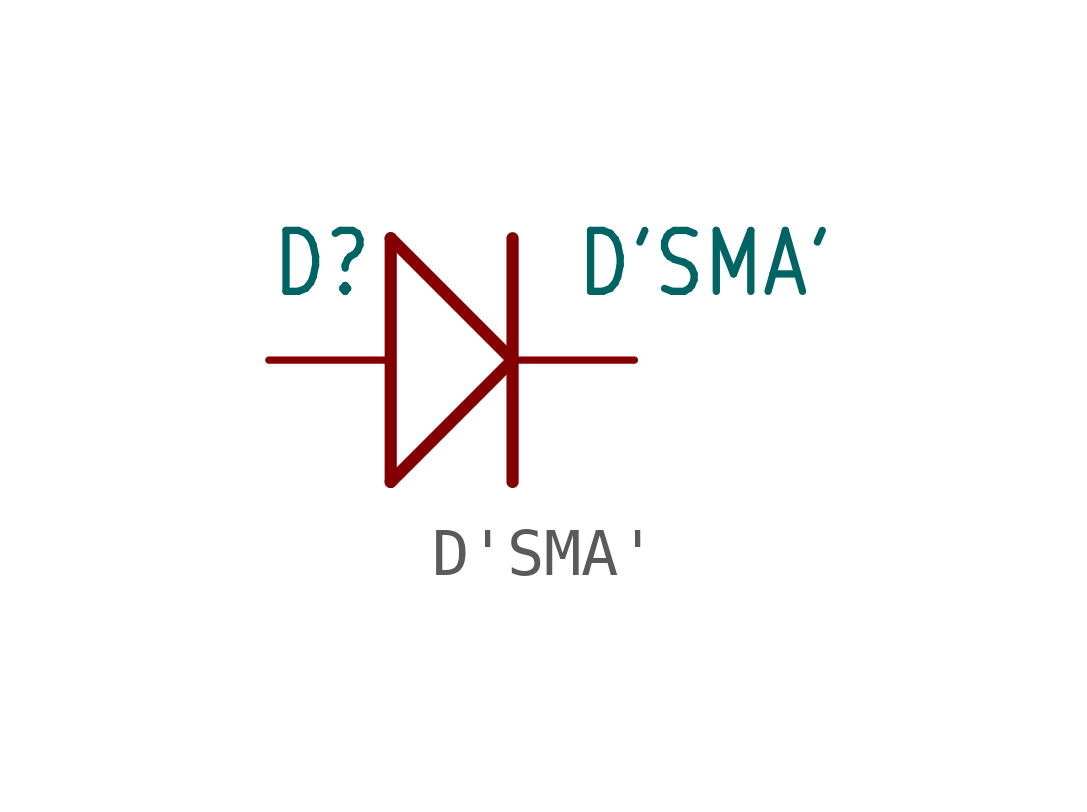
<source format=kicad_sym>
(kicad_symbol_lib
  (version 20211014)
  (generator kicad_symbol_editor)
  (symbol "D'SMA'"
    (property "Reference" "D"
      (at -3.81 1.27 0)
      (effects (font (size 1.27 1.079)) (justify left bottom)))
    (property "Value" "D'SMA'"
      (at 2.54 1.27 0)
      (effects (font (size 1.27 1.079)) (justify left bottom)))
    (property "ki_locked" ""
      (at 0 0 0)
      (effects (font (size 1.27 1.27))))
    (symbol "D'SMA'_1_0"
      (polyline (pts (xy -1.27 -2.54) (xy -1.27 2.54)) (stroke (width 0.254) (type default) (color 0 0 0 0)) (fill (type none)))
      (polyline (pts (xy -1.27 -2.54) (xy 1.27 0)) (stroke (width 0.254) (type default) (color 0 0 0 0)) (fill (type none)))
      (polyline (pts (xy -1.27 2.54) (xy 1.27 0)) (stroke (width 0.254) (type default) (color 0 0 0 0)) (fill (type none)))
      (polyline (pts (xy 1.27 2.54) (xy 1.27 -2.54)) (stroke (width 0.254) (type default) (color 0 0 0 0)) (fill (type none)))
      (pin passive line (at -3.81 0 0) (length 2.54) (name "+" (effects (font (size 0 0)))) (number "+" (effects (font (size 0 0)))))
      (pin passive line (at 3.81 0 180) (length 2.54) (name "-" (effects (font (size 0 0)))) (number "-" (effects (font (size 0 0))))))))
</source>
